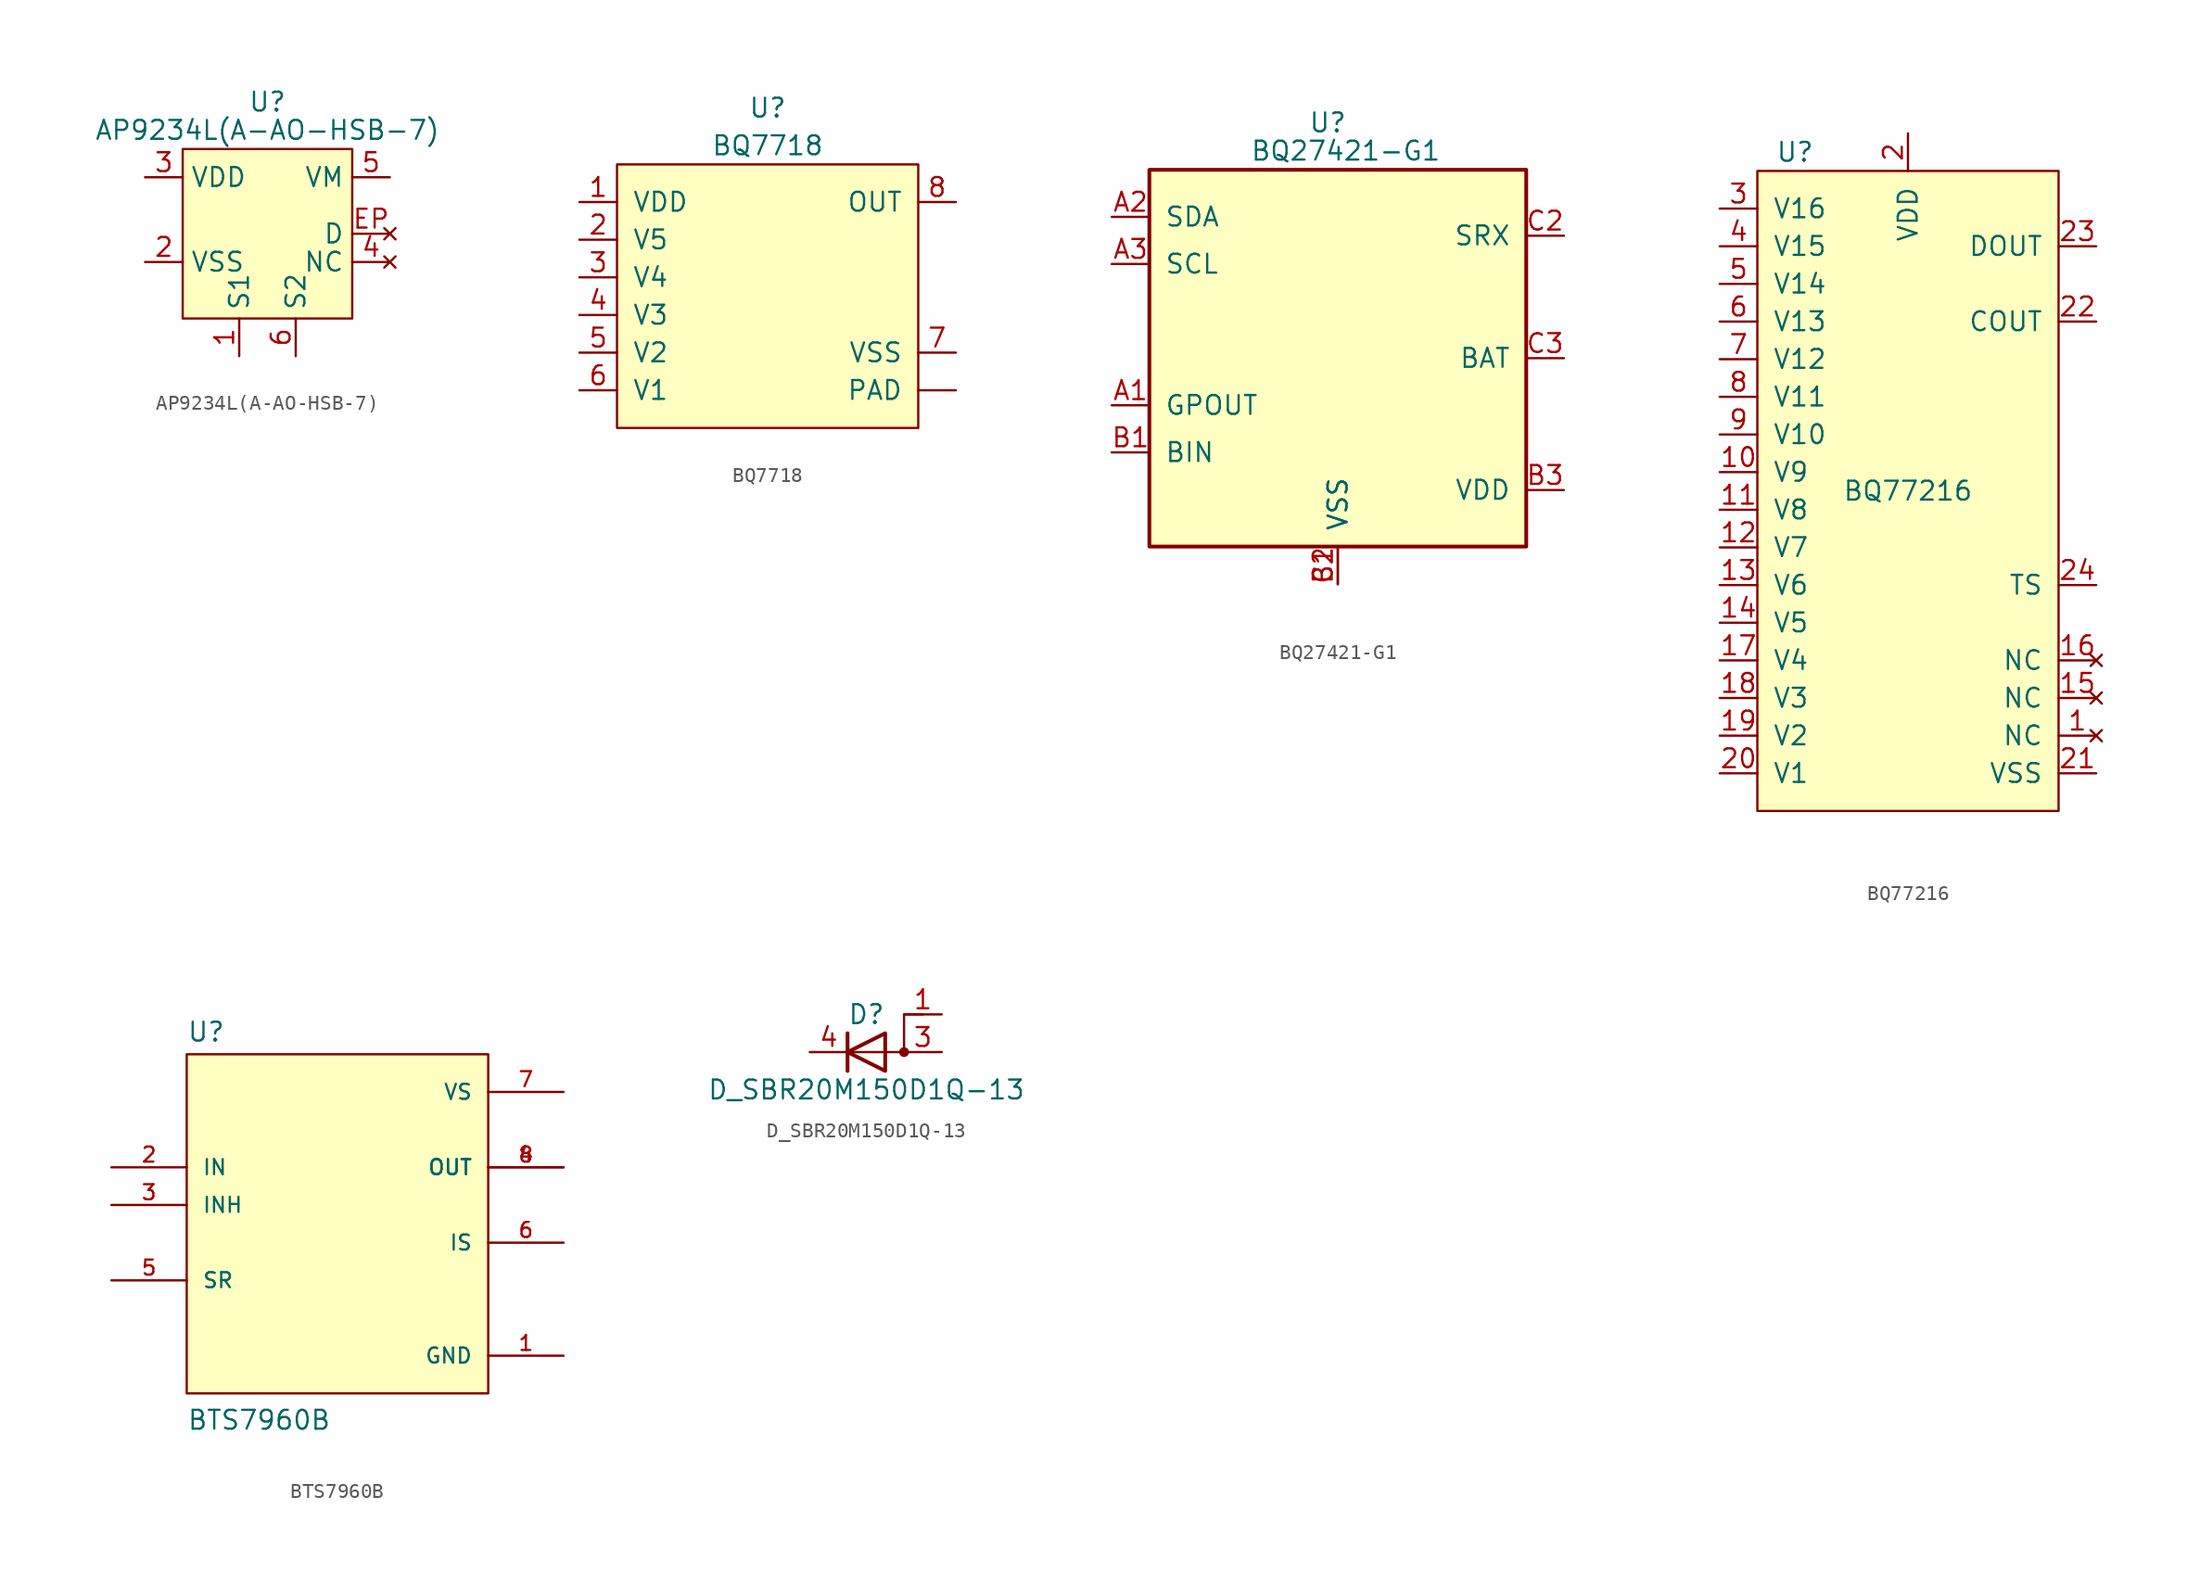
<source format=kicad_sym>
(kicad_symbol_lib
  (version 20220914)
  (generator kicad_symbol_editor)
  (symbol "AP9234L(A-AO-HSB-7)"
    (property "Reference" "U"
      (at 0 8.89 0)
      (effects (font (size 1.27 1.27))))
    (property "Value" "AP9234L(A-AO-HSB-7)"
      (at 0 6.985 0)
      (effects (font (size 1.27 1.27))))
    (symbol "AP9234L(A-AO-HSB-7)_0_1"
      (rectangle (start -5.715 5.715) (end 5.715 -5.715) (stroke (width 0.152) (type default)) (fill (type background))))
    (symbol "AP9234L(A-AO-HSB-7)_1_1"
      (pin power_in line (at -1.905 -8.255 90) (length 2.54) (name "S1" (effects (font (size 1.27 1.27)))) (number "1" (effects (font (size 1.27 1.27)))))
      (pin power_in line (at -8.255 -1.905 0) (length 2.54) (name "VSS" (effects (font (size 1.27 1.27)))) (number "2" (effects (font (size 1.27 1.27)))))
      (pin power_in line (at -8.255 3.81 0) (length 2.54) (name "VDD" (effects (font (size 1.27 1.27)))) (number "3" (effects (font (size 1.27 1.27)))))
      (pin no_connect line (at 8.255 -1.905 180) (length 2.54) (name "NC" (effects (font (size 1.27 1.27)))) (number "4" (effects (font (size 1.27 1.27)))))
      (pin input line (at 8.255 3.81 180) (length 2.54) (name "VM" (effects (font (size 1.27 1.27)))) (number "5" (effects (font (size 1.27 1.27)))))
      (pin power_in line (at 1.905 -8.255 90) (length 2.54) (name "S2" (effects (font (size 1.27 1.27)))) (number "6" (effects (font (size 1.27 1.27)))))
      (pin no_connect line (at 8.255 0 180) (length 2.54) (name "D" (effects (font (size 1.27 1.27)))) (number "EP" (effects (font (size 1.27 1.27)))))))
  (symbol "BQ7718"
    (pin_names
      (offset 1.016))
    (property "Reference" "U"
      (at 0 12.7 0)
      (effects (font (size 1.27 1.27))))
    (property "Value" "BQ7718"
      (at 0 10.16 0)
      (effects (font (size 1.27 1.27))))
    (symbol "BQ7718_0_1"
      (rectangle (start -10.16 8.89) (end 10.16 -8.89) (stroke (width 0) (type default)) (fill (type background))))
    (symbol "BQ7718_1_1"
      (pin power_in line (at -12.7 6.35 0) (length 2.54) (name "VDD" (effects (font (size 1.27 1.27)))) (number "1" (effects (font (size 1.27 1.27)))))
      (pin input line (at -12.7 3.81 0) (length 2.54) (name "V5" (effects (font (size 1.27 1.27)))) (number "2" (effects (font (size 1.27 1.27)))))
      (pin input line (at -12.7 1.27 0) (length 2.54) (name "V4" (effects (font (size 1.27 1.27)))) (number "3" (effects (font (size 1.27 1.27)))))
      (pin input line (at -12.7 -1.27 0) (length 2.54) (name "V3" (effects (font (size 1.27 1.27)))) (number "4" (effects (font (size 1.27 1.27)))))
      (pin input line (at -12.7 -3.81 0) (length 2.54) (name "V2" (effects (font (size 1.27 1.27)))) (number "5" (effects (font (size 1.27 1.27)))))
      (pin input line (at -12.7 -6.35 0) (length 2.54) (name "V1" (effects (font (size 1.27 1.27)))) (number "6" (effects (font (size 1.27 1.27)))))
      (pin input line (at 12.7 -3.81 180) (length 2.54) (name "VSS" (effects (font (size 1.27 1.27)))) (number "7" (effects (font (size 1.27 1.27)))))
      (pin output line (at 12.7 6.35 180) (length 2.54) (name "OUT" (effects (font (size 1.27 1.27)))) (number "8" (effects (font (size 1.27 1.27)))))
      (pin passive line (at 12.7 -6.35 180) (length 2.54) (name "PAD" (effects (font (size 1.27 1.27)))) (number "~" (effects (font (size 1.27 1.27)))))))
  (symbol "BQ27421-G1"
    (pin_names
      (offset 1.016))
    (property "Reference" "U"
      (at 0.635 15.875 0)
      (effects (font (size 1.27 1.27)) (justify right)))
    (property "Value" "BQ27421-G1"
      (at 6.985 13.97 0)
      (effects (font (size 1.27 1.27)) (justify right)))
    (symbol "BQ27421-G1_0_1"
      (rectangle (start -12.7 12.7) (end 12.7 -12.7) (stroke (width 0.254) (type default)) (fill (type background))))
    (symbol "BQ27421-G1_1_1"
      (pin output line (at -15.24 -3.175 0) (length 2.54) (name "GPOUT" (effects (font (size 1.27 1.27)))) (number "A1" (effects (font (size 1.27 1.27)))))
      (pin bidirectional line (at -15.24 9.525 0) (length 2.54) (name "SDA" (effects (font (size 1.27 1.27)))) (number "A2" (effects (font (size 1.27 1.27)))))
      (pin bidirectional line (at -15.24 6.35 0) (length 2.54) (name "SCL" (effects (font (size 1.27 1.27)))) (number "A3" (effects (font (size 1.27 1.27)))))
      (pin input line (at -15.24 -6.35 0) (length 2.54) (name "BIN" (effects (font (size 1.27 1.27)))) (number "B1" (effects (font (size 1.27 1.27)))))
      (pin power_in line (at 0 -15.24 90) (length 2.54) (name "VSS" (effects (font (size 1.27 1.27)))) (number "B2" (effects (font (size 1.27 1.27)))))
      (pin power_out line (at 15.24 -8.89 180) (length 2.54) (name "VDD" (effects (font (size 1.27 1.27)))) (number "B3" (effects (font (size 1.27 1.27)))))
      (pin power_in line (at 0 -15.24 90) (length 2.54) (name "VSS" (effects (font (size 1.27 1.27)))) (number "C1" (effects (font (size 1.27 1.27)))))
      (pin input line (at 15.24 8.255 180) (length 2.54) (name "SRX" (effects (font (size 1.27 1.27)))) (number "C2" (effects (font (size 1.27 1.27)))))
      (pin power_in line (at 15.24 0 180) (length 2.54) (name "BAT" (effects (font (size 1.27 1.27)))) (number "C3" (effects (font (size 1.27 1.27)))))))
  (symbol "BQ77216"
    (pin_names
      (offset 1.016))
    (property "Reference" "U"
      (at -7.62 22.86 0)
      (effects (font (size 1.27 1.27))))
    (property "Value" "BQ77216"
      (at 0 0 0)
      (effects (font (size 1.27 1.27))))
    (symbol "BQ77216_0_1"
      (rectangle (start -10.16 21.59) (end 10.16 -21.59) (stroke (width 0) (type default)) (fill (type background))))
    (symbol "BQ77216_1_1"
      (pin no_connect line (at 12.7 -16.51 180) (length 2.54) (name "NC" (effects (font (size 1.27 1.27)))) (number "1" (effects (font (size 1.27 1.27)))))
      (pin input line (at -12.7 1.27 0) (length 2.54) (name "V9" (effects (font (size 1.27 1.27)))) (number "10" (effects (font (size 1.27 1.27)))))
      (pin input line (at -12.7 -1.27 0) (length 2.54) (name "V8" (effects (font (size 1.27 1.27)))) (number "11" (effects (font (size 1.27 1.27)))))
      (pin input line (at -12.7 -3.81 0) (length 2.54) (name "V7" (effects (font (size 1.27 1.27)))) (number "12" (effects (font (size 1.27 1.27)))))
      (pin input line (at -12.7 -6.35 0) (length 2.54) (name "V6" (effects (font (size 1.27 1.27)))) (number "13" (effects (font (size 1.27 1.27)))))
      (pin input line (at -12.7 -8.89 0) (length 2.54) (name "V5" (effects (font (size 1.27 1.27)))) (number "14" (effects (font (size 1.27 1.27)))))
      (pin no_connect line (at 12.7 -13.97 180) (length 2.54) (name "NC" (effects (font (size 1.27 1.27)))) (number "15" (effects (font (size 1.27 1.27)))))
      (pin no_connect line (at 12.7 -11.43 180) (length 2.54) (name "NC" (effects (font (size 1.27 1.27)))) (number "16" (effects (font (size 1.27 1.27)))))
      (pin input line (at -12.7 -11.43 0) (length 2.54) (name "V4" (effects (font (size 1.27 1.27)))) (number "17" (effects (font (size 1.27 1.27)))))
      (pin input line (at -12.7 -13.97 0) (length 2.54) (name "V3" (effects (font (size 1.27 1.27)))) (number "18" (effects (font (size 1.27 1.27)))))
      (pin input line (at -12.7 -16.51 0) (length 2.54) (name "V2" (effects (font (size 1.27 1.27)))) (number "19" (effects (font (size 1.27 1.27)))))
      (pin power_in line (at 0 24.13 270) (length 2.54) (name "VDD" (effects (font (size 1.27 1.27)))) (number "2" (effects (font (size 1.27 1.27)))))
      (pin input line (at -12.7 -19.05 0) (length 2.54) (name "V1" (effects (font (size 1.27 1.27)))) (number "20" (effects (font (size 1.27 1.27)))))
      (pin power_in line (at 12.7 -19.05 180) (length 2.54) (name "VSS" (effects (font (size 1.27 1.27)))) (number "21" (effects (font (size 1.27 1.27)))))
      (pin output line (at 12.7 11.43 180) (length 2.54) (name "COUT" (effects (font (size 1.27 1.27)))) (number "22" (effects (font (size 1.27 1.27)))))
      (pin output line (at 12.7 16.51 180) (length 2.54) (name "DOUT" (effects (font (size 1.27 1.27)))) (number "23" (effects (font (size 1.27 1.27)))))
      (pin input line (at 12.7 -6.35 180) (length 2.54) (name "TS" (effects (font (size 1.27 1.27)))) (number "24" (effects (font (size 1.27 1.27)))))
      (pin input line (at -12.7 19.05 0) (length 2.54) (name "V16" (effects (font (size 1.27 1.27)))) (number "3" (effects (font (size 1.27 1.27)))))
      (pin input line (at -12.7 16.51 0) (length 2.54) (name "V15" (effects (font (size 1.27 1.27)))) (number "4" (effects (font (size 1.27 1.27)))))
      (pin input line (at -12.7 13.97 0) (length 2.54) (name "V14" (effects (font (size 1.27 1.27)))) (number "5" (effects (font (size 1.27 1.27)))))
      (pin input line (at -12.7 11.43 0) (length 2.54) (name "V13" (effects (font (size 1.27 1.27)))) (number "6" (effects (font (size 1.27 1.27)))))
      (pin input line (at -12.7 8.89 0) (length 2.54) (name "V12" (effects (font (size 1.27 1.27)))) (number "7" (effects (font (size 1.27 1.27)))))
      (pin input line (at -12.7 6.35 0) (length 2.54) (name "V11" (effects (font (size 1.27 1.27)))) (number "8" (effects (font (size 1.27 1.27)))))
      (pin input line (at -12.7 3.81 0) (length 2.54) (name "V10" (effects (font (size 1.27 1.27)))) (number "9" (effects (font (size 1.27 1.27)))))))
  (symbol "BTS7960B"
    (pin_names
      (offset 1.016))
    (property "Reference" "U"
      (at -10.16 10.922 0)
      (effects (font (size 1.27 1.27)) (justify left bottom)))
    (property "Value" "BTS7960B"
      (at -10.16 -15.24 0)
      (effects (font (size 1.27 1.27)) (justify left bottom)))
    (symbol "BTS7960B_0_0"
      (rectangle (start -10.16 -12.7) (end 10.16 10.16) (stroke (width 0.152) (type default)) (fill (type background)))
      (pin power_in line (at 15.24 -10.16 180) (length 5.08) (name "GND" (effects (font (size 1.016 1.016)))) (number "1" (effects (font (size 1.016 1.016)))))
      (pin input line (at -15.24 2.54 0) (length 5.08) (name "IN" (effects (font (size 1.016 1.016)))) (number "2" (effects (font (size 1.016 1.016)))))
      (pin input line (at -15.24 0 0) (length 5.08) (name "INH" (effects (font (size 1.016 1.016)))) (number "3" (effects (font (size 1.016 1.016)))))
      (pin output line (at 15.24 2.54 180) (length 5.08) (name "OUT" (effects (font (size 1.016 1.016)))) (number "4" (effects (font (size 1.016 1.016)))))
      (pin input line (at -15.24 -5.08 0) (length 5.08) (name "SR" (effects (font (size 1.016 1.016)))) (number "5" (effects (font (size 1.016 1.016)))))
      (pin output line (at 15.24 -2.54 180) (length 5.08) (name "IS" (effects (font (size 1.016 1.016)))) (number "6" (effects (font (size 1.016 1.016)))))
      (pin power_in line (at 15.24 7.62 180) (length 5.08) (name "VS" (effects (font (size 1.016 1.016)))) (number "7" (effects (font (size 1.016 1.016)))))
      (pin output line (at 15.24 2.54 180) (length 5.08) (name "OUT" (effects (font (size 1.016 1.016)))) (number "8" (effects (font (size 1.016 1.016)))))))
  (symbol "D_SBR20M150D1Q-13"
    (pin_names
      (offset 0) hide)
    (property "Reference" "D"
      (at 0 2.54 0)
      (effects (font (size 1.27 1.27))))
    (property "Value" "D_SBR20M150D1Q-13"
      (at 0 -2.54 0)
      (effects (font (size 1.27 1.27))))
    (symbol "D_SBR20M150D1Q-13_0_1"
      (polyline (pts (xy -1.27 1.27) (xy -1.27 -1.27)) (stroke (width 0.254) (type default)) (fill (type none)))
      (polyline (pts (xy 1.27 1.27) (xy 1.27 -1.27) (xy -1.27 0) (xy 1.27 1.27)) (stroke (width 0.254) (type default)) (fill (type none)))
      (polyline (pts (xy 3.81 2.54) (xy 2.54 2.54) (xy 2.54 0) (xy -1.27 0)) (stroke (width 0) (type default)) (fill (type none)))
      (circle (center 2.54 0) (radius 0.254) (stroke (width 0) (type default)) (fill (type outline))))
    (symbol "D_SBR20M150D1Q-13_1_1"
      (pin passive line (at 5.08 2.54 180) (length 2.54) (name "A" (effects (font (size 1.27 1.27)))) (number "1" (effects (font (size 1.27 1.27)))))
      (pin passive line (at 5.08 0 180) (length 2.54) (name "A" (effects (font (size 1.27 1.27)))) (number "3" (effects (font (size 1.27 1.27)))))
      (pin passive line (at -3.81 0 0) (length 2.54) (name "K" (effects (font (size 1.27 1.27)))) (number "4" (effects (font (size 1.27 1.27))))))))
</source>
